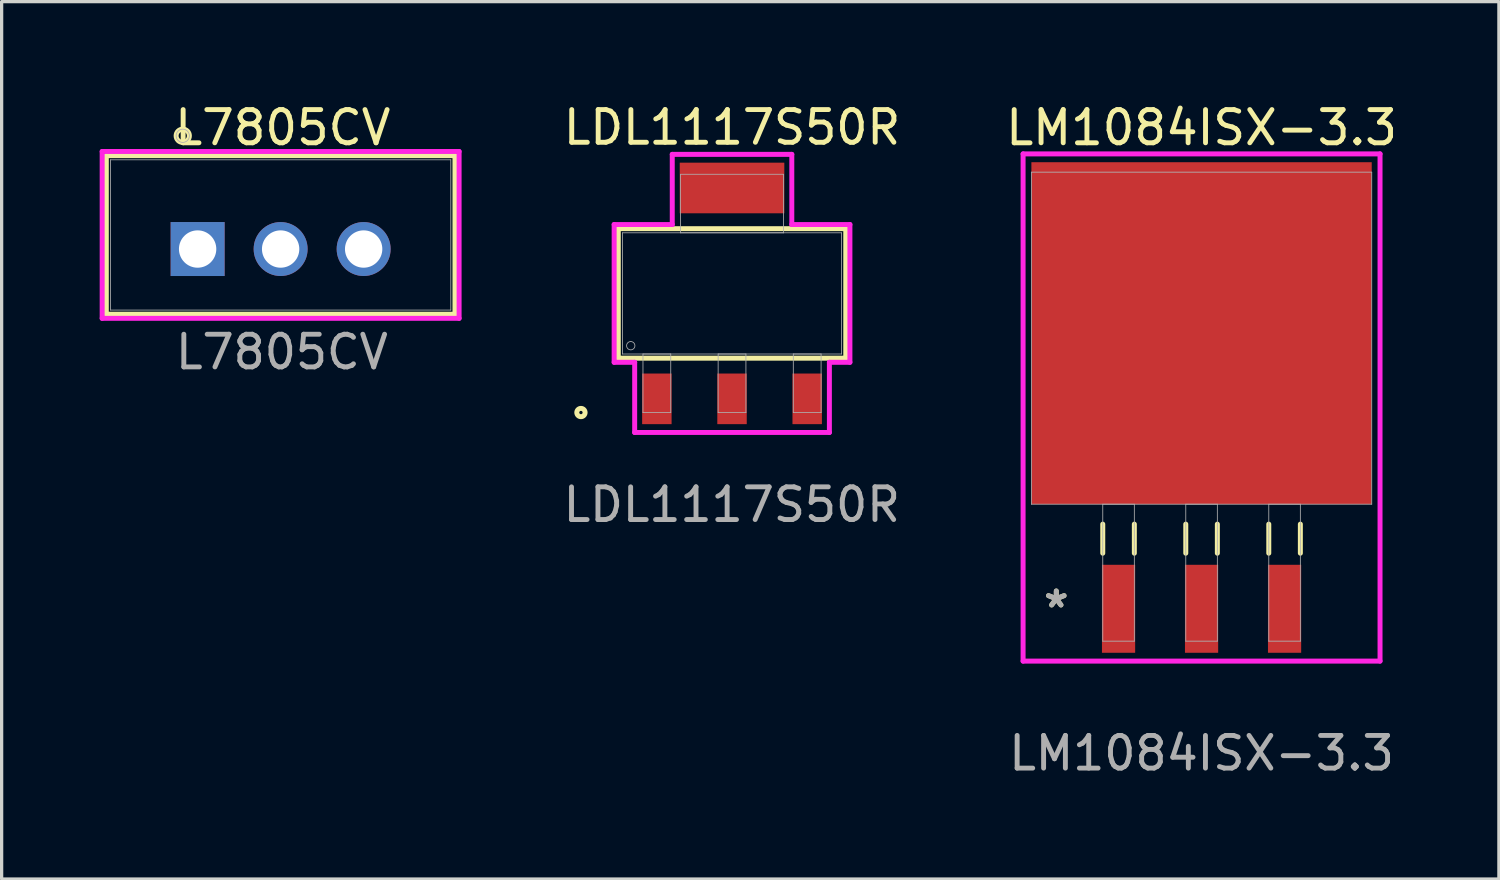
<source format=kicad_pcb>
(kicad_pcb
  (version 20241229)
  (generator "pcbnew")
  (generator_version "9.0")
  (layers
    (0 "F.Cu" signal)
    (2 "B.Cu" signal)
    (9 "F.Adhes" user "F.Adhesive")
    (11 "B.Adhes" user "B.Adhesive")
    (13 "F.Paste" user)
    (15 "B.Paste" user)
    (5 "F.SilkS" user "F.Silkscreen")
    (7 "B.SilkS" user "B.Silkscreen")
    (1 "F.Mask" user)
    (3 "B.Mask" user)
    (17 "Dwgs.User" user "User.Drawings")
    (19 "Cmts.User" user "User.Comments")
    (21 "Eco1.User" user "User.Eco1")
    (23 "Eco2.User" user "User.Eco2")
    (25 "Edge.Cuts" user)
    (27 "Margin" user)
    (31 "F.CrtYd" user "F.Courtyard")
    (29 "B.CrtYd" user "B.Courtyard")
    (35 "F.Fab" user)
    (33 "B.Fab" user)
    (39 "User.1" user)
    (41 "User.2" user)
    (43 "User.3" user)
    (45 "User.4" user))
  (footprint "LM1084ISX-3.3"
    (layer "F.Cu")
    (at 33.716 7.298)
    (property "Reference" "LM1084ISX-3.3" (at 0 -6.441 0) (unlocked yes) (layer "F.SilkS") (effects (font (size 1.016 1.016) (thickness 0.15))))
    (attr smd)
    (fp_line (start -3.023 5.69) (end -3.023 6.579) (stroke (width 0.152) (type solid)) (layer "F.SilkS"))
    (fp_line (start -2.057 5.69) (end -2.057 6.579) (stroke (width 0.152) (type solid)) (layer "F.SilkS"))
    (fp_line (start -0.483 5.69) (end -0.483 6.579) (stroke (width 0.152) (type solid)) (layer "F.SilkS"))
    (fp_line (start 0.483 5.69) (end 0.483 6.579) (stroke (width 0.152) (type solid)) (layer "F.SilkS"))
    (fp_line (start 2.057 5.69) (end 2.057 6.579) (stroke (width 0.152) (type solid)) (layer "F.SilkS"))
    (fp_line (start 3.023 5.69) (end 3.023 6.579) (stroke (width 0.152) (type solid)) (layer "F.SilkS"))
    (fp_line (start -5.461 -5.639) (end 5.461 -5.639) (stroke (width 0.152) (type solid)) (layer "F.CrtYd"))
    (fp_line (start -5.461 9.881) (end -5.461 -5.639) (stroke (width 0.152) (type solid)) (layer "F.CrtYd"))
    (fp_line (start 5.461 -5.639) (end 5.461 9.881) (stroke (width 0.152) (type solid)) (layer "F.CrtYd"))
    (fp_line (start 5.461 9.881) (end -5.461 9.881) (stroke (width 0.152) (type solid)) (layer "F.CrtYd"))
    (fp_line (start -5.207 -5.08) (end -5.207 5.08) (stroke (width 0.025) (type solid)) (layer "F.Fab"))
    (fp_line (start -5.207 5.08) (end 5.207 5.08) (stroke (width 0.025) (type solid)) (layer "F.Fab"))
    (fp_line (start -3.023 5.08) (end -3.023 9.271) (stroke (width 0.025) (type solid)) (layer "F.Fab"))
    (fp_line (start -3.023 9.271) (end -2.057 9.271) (stroke (width 0.025) (type solid)) (layer "F.Fab"))
    (fp_line (start -2.057 5.08) (end -3.023 5.08) (stroke (width 0.025) (type solid)) (layer "F.Fab"))
    (fp_line (start -2.057 9.271) (end -2.057 5.08) (stroke (width 0.025) (type solid)) (layer "F.Fab"))
    (fp_line (start -0.483 5.08) (end -0.483 9.271) (stroke (width 0.025) (type solid)) (layer "F.Fab"))
    (fp_line (start -0.483 9.271) (end 0.483 9.271) (stroke (width 0.025) (type solid)) (layer "F.Fab"))
    (fp_line (start 0.483 5.08) (end -0.483 5.08) (stroke (width 0.025) (type solid)) (layer "F.Fab"))
    (fp_line (start 0.483 9.271) (end 0.483 5.08) (stroke (width 0.025) (type solid)) (layer "F.Fab"))
    (fp_line (start 2.057 5.08) (end 2.057 9.271) (stroke (width 0.025) (type solid)) (layer "F.Fab"))
    (fp_line (start 2.057 9.271) (end 3.023 9.271) (stroke (width 0.025) (type solid)) (layer "F.Fab"))
    (fp_line (start 3.023 5.08) (end 2.057 5.08) (stroke (width 0.025) (type solid)) (layer "F.Fab"))
    (fp_line (start 3.023 9.271) (end 3.023 5.08) (stroke (width 0.025) (type solid)) (layer "F.Fab"))
    (fp_line (start 5.207 -5.08) (end -5.207 -5.08) (stroke (width 0.025) (type solid)) (layer "F.Fab"))
    (fp_line (start 5.207 5.08) (end 5.207 -5.08) (stroke (width 0.025) (type solid)) (layer "F.Fab"))
    (fp_text user "*" (at -4.445 8.28 0) (layer "F.SilkS") (effects (font (size 1 1) (thickness 0.15))))
    (fp_text user "${REFERENCE}" (at 0 12.7 0) (unlocked yes) (layer "F.Fab") (effects (font (size 1 1) (thickness 0.15))))
    (fp_text user "*" (at -4.445 8.28 0) (layer "F.Fab") (effects (font (size 1 1) (thickness 0.15))))
    (pad "1" smd rect (at -2.54 8.28) (size 1.016 2.692) (layers "F.Cu" "F.Mask" "F.Paste"))
    (pad "2" smd rect (at 0 8.28) (size 1.016 2.692) (layers "F.Cu" "F.Mask" "F.Paste"))
    (pad "3" smd rect (at 2.54 8.28) (size 1.016 2.692) (layers "F.Cu" "F.Mask" "F.Paste"))
    (pad "4" smd rect (at 0 -0.152) (size 10.414 10.465) (layers "F.Cu" "F.Mask" "F.Paste")))
  (footprint "LDL1117S50R"
    (layer "F.Cu")
    (at 19.349 5.928)
    (property "Reference" "LDL1117S50R" (at 0 -5.08 0) (unlocked yes) (layer "F.SilkS") (effects (font (size 1 1) (thickness 0.15))))
    (attr smd)
    (fp_line (start -3.48 -1.981) (end -3.48 1.981) (stroke (width 0.152) (type solid)) (layer "F.SilkS"))
    (fp_line (start -3.48 1.981) (end 3.48 1.981) (stroke (width 0.152) (type solid)) (layer "F.SilkS"))
    (fp_line (start 3.48 -1.981) (end -3.48 -1.981) (stroke (width 0.152) (type solid)) (layer "F.SilkS"))
    (fp_line (start 3.48 1.981) (end 3.48 -1.981) (stroke (width 0.152) (type solid)) (layer "F.SilkS"))
    (fp_circle (center -4.623 3.645) (end -4.496 3.645) (stroke (width 0.152) (type solid)) (fill no) (layer "F.SilkS"))
    (fp_line (start -3.607 -2.108) (end -1.829 -2.108) (stroke (width 0.152) (type solid)) (layer "F.CrtYd"))
    (fp_line (start -3.607 2.108) (end -3.607 -2.108) (stroke (width 0.152) (type solid)) (layer "F.CrtYd"))
    (fp_line (start -2.979 2.108) (end -3.607 2.108) (stroke (width 0.152) (type solid)) (layer "F.CrtYd"))
    (fp_line (start -2.979 4.255) (end -2.979 2.108) (stroke (width 0.152) (type solid)) (layer "F.CrtYd"))
    (fp_line (start -1.829 -4.255) (end 1.829 -4.255) (stroke (width 0.152) (type solid)) (layer "F.CrtYd"))
    (fp_line (start -1.829 -2.108) (end -1.829 -4.255) (stroke (width 0.152) (type solid)) (layer "F.CrtYd"))
    (fp_line (start 1.829 -4.255) (end 1.829 -2.108) (stroke (width 0.152) (type solid)) (layer "F.CrtYd"))
    (fp_line (start 1.829 -2.108) (end 3.607 -2.108) (stroke (width 0.152) (type solid)) (layer "F.CrtYd"))
    (fp_line (start 2.979 2.108) (end 2.979 4.255) (stroke (width 0.152) (type solid)) (layer "F.CrtYd"))
    (fp_line (start 2.979 4.255) (end -2.979 4.255) (stroke (width 0.152) (type solid)) (layer "F.CrtYd"))
    (fp_line (start 3.607 -2.108) (end 3.607 2.108) (stroke (width 0.152) (type solid)) (layer "F.CrtYd"))
    (fp_line (start 3.607 2.108) (end 2.979 2.108) (stroke (width 0.152) (type solid)) (layer "F.CrtYd"))
    (fp_line (start -3.353 -1.854) (end -3.353 1.854) (stroke (width 0.025) (type solid)) (layer "F.Fab"))
    (fp_line (start -3.353 1.854) (end 3.353 1.854) (stroke (width 0.025) (type solid)) (layer "F.Fab"))
    (fp_line (start -2.725 1.854) (end -2.725 3.645) (stroke (width 0.025) (type solid)) (layer "F.Fab"))
    (fp_line (start -2.725 3.645) (end -1.875 3.645) (stroke (width 0.025) (type solid)) (layer "F.Fab"))
    (fp_line (start -1.875 1.854) (end -2.725 1.854) (stroke (width 0.025) (type solid)) (layer "F.Fab"))
    (fp_line (start -1.875 3.645) (end -1.875 1.854) (stroke (width 0.025) (type solid)) (layer "F.Fab"))
    (fp_line (start -1.575 -3.645) (end -1.575 -1.854) (stroke (width 0.025) (type solid)) (layer "F.Fab"))
    (fp_line (start -1.575 -1.854) (end 1.575 -1.854) (stroke (width 0.025) (type solid)) (layer "F.Fab"))
    (fp_line (start -0.425 1.854) (end -0.425 3.645) (stroke (width 0.025) (type solid)) (layer "F.Fab"))
    (fp_line (start -0.425 3.645) (end 0.425 3.645) (stroke (width 0.025) (type solid)) (layer "F.Fab"))
    (fp_line (start 0.425 1.854) (end -0.425 1.854) (stroke (width 0.025) (type solid)) (layer "F.Fab"))
    (fp_line (start 0.425 3.645) (end 0.425 1.854) (stroke (width 0.025) (type solid)) (layer "F.Fab"))
    (fp_line (start 1.575 -3.645) (end -1.575 -3.645) (stroke (width 0.025) (type solid)) (layer "F.Fab"))
    (fp_line (start 1.575 -1.854) (end 1.575 -3.645) (stroke (width 0.025) (type solid)) (layer "F.Fab"))
    (fp_line (start 1.875 1.854) (end 1.875 3.645) (stroke (width 0.025) (type solid)) (layer "F.Fab"))
    (fp_line (start 1.875 3.645) (end 2.725 3.645) (stroke (width 0.025) (type solid)) (layer "F.Fab"))
    (fp_line (start 2.725 1.854) (end 1.875 1.854) (stroke (width 0.025) (type solid)) (layer "F.Fab"))
    (fp_line (start 2.725 3.645) (end 2.725 1.854) (stroke (width 0.025) (type solid)) (layer "F.Fab"))
    (fp_line (start 3.353 -1.854) (end -3.353 -1.854) (stroke (width 0.025) (type solid)) (layer "F.Fab"))
    (fp_line (start 3.353 1.854) (end 3.353 -1.854) (stroke (width 0.025) (type solid)) (layer "F.Fab"))
    (fp_circle (center -3.099 1.6) (end -2.972 1.6) (stroke (width 0.025) (type solid)) (fill no) (layer "F.Fab"))
    (fp_text user "${REFERENCE}" (at -0.007 6.464 0) (unlocked yes) (layer "F.Fab") (effects (font (size 1 1) (thickness 0.15))))
    (pad "1" smd rect (at -2.3 3.226) (size 0.901 1.549) (layers "F.Cu" "F.Mask" "F.Paste"))
    (pad "2" smd rect (at 0 3.226) (size 0.901 1.549) (layers "F.Cu" "F.Mask" "F.Paste"))
    (pad "3" smd rect (at 2.3 3.226) (size 0.901 1.549) (layers "F.Cu" "F.Mask" "F.Paste"))
    (pad "4" smd rect (at 0 -3.226) (size 3.2 1.549) (layers "F.Cu" "F.Mask" "F.Paste")))
  (footprint "L7805CV"
    (layer "F.Cu")
    (at 2.997 4.57)
    (property "Reference" "L7805CV" (at 2.605 -3.713 0) (unlocked yes) (layer "F.SilkS") (effects (font (size 1.016 1.016) (thickness 0.15))))
    (attr through_hole)
    (fp_line (start -2.794 -2.857) (end -2.794 1.994) (stroke (width 0.152) (type solid)) (layer "F.SilkS"))
    (fp_line (start -2.794 1.994) (end 7.874 1.994) (stroke (width 0.152) (type solid)) (layer "F.SilkS"))
    (fp_line (start 7.874 -2.857) (end -2.794 -2.857) (stroke (width 0.152) (type solid)) (layer "F.SilkS"))
    (fp_line (start 7.874 1.994) (end 7.874 -2.857) (stroke (width 0.152) (type solid)) (layer "F.SilkS"))
    (fp_circle (center -0.455 -3.465) (end -0.252 -3.465) (stroke (width 0.152) (type solid)) (fill no) (layer "F.SilkS"))
    (fp_line (start -2.921 -2.985) (end 8.001 -2.985) (stroke (width 0.152) (type solid)) (layer "F.CrtYd"))
    (fp_line (start -2.921 2.121) (end -2.921 -2.985) (stroke (width 0.152) (type solid)) (layer "F.CrtYd"))
    (fp_line (start 8.001 -2.985) (end 8.001 2.121) (stroke (width 0.152) (type solid)) (layer "F.CrtYd"))
    (fp_line (start 8.001 2.121) (end -2.921 2.121) (stroke (width 0.152) (type solid)) (layer "F.CrtYd"))
    (fp_line (start -2.667 -2.731) (end -2.667 1.867) (stroke (width 0.025) (type solid)) (layer "F.Fab"))
    (fp_line (start -2.667 1.867) (end 7.747 1.867) (stroke (width 0.025) (type solid)) (layer "F.Fab"))
    (fp_line (start -0.254 0) (end 0.254 0) (stroke (width 0.152) (type solid)) (layer "F.Fab"))
    (fp_line (start 0 0.254) (end 0 -0.254) (stroke (width 0.152) (type solid)) (layer "F.Fab"))
    (fp_line (start 7.747 -2.731) (end -2.667 -2.731) (stroke (width 0.025) (type solid)) (layer "F.Fab"))
    (fp_line (start 7.747 1.867) (end 7.747 -2.731) (stroke (width 0.025) (type solid)) (layer "F.Fab"))
    (fp_circle (center -0.455 -3.465) (end -0.252 -3.465) (stroke (width 0.025) (type solid)) (fill no) (layer "F.Fab"))
    (fp_text user "${REFERENCE}" (at 2.578 3.152 0) (unlocked yes) (layer "F.Fab") (effects (font (size 1 1) (thickness 0.15))))
    (pad "1" thru_hole rect (at 0 0) (size 1.651 1.651) (drill 1.143) (layers "*.Cu" "*.Mask"))
    (pad "2" thru_hole circle (at 2.54 0) (size 1.651 1.651) (drill 1.143) (layers "*.Cu" "*.Mask"))
    (pad "3" thru_hole circle (at 5.08 0) (size 1.651 1.651) (drill 1.143) (layers "*.Cu" "*.Mask")))
  (gr_rect
    (start -3 -3)
    (end 42.814 23.847)
    (stroke (width 0.1) (type default))
    (fill no)
    (layer "Edge.Cuts")))
</source>
